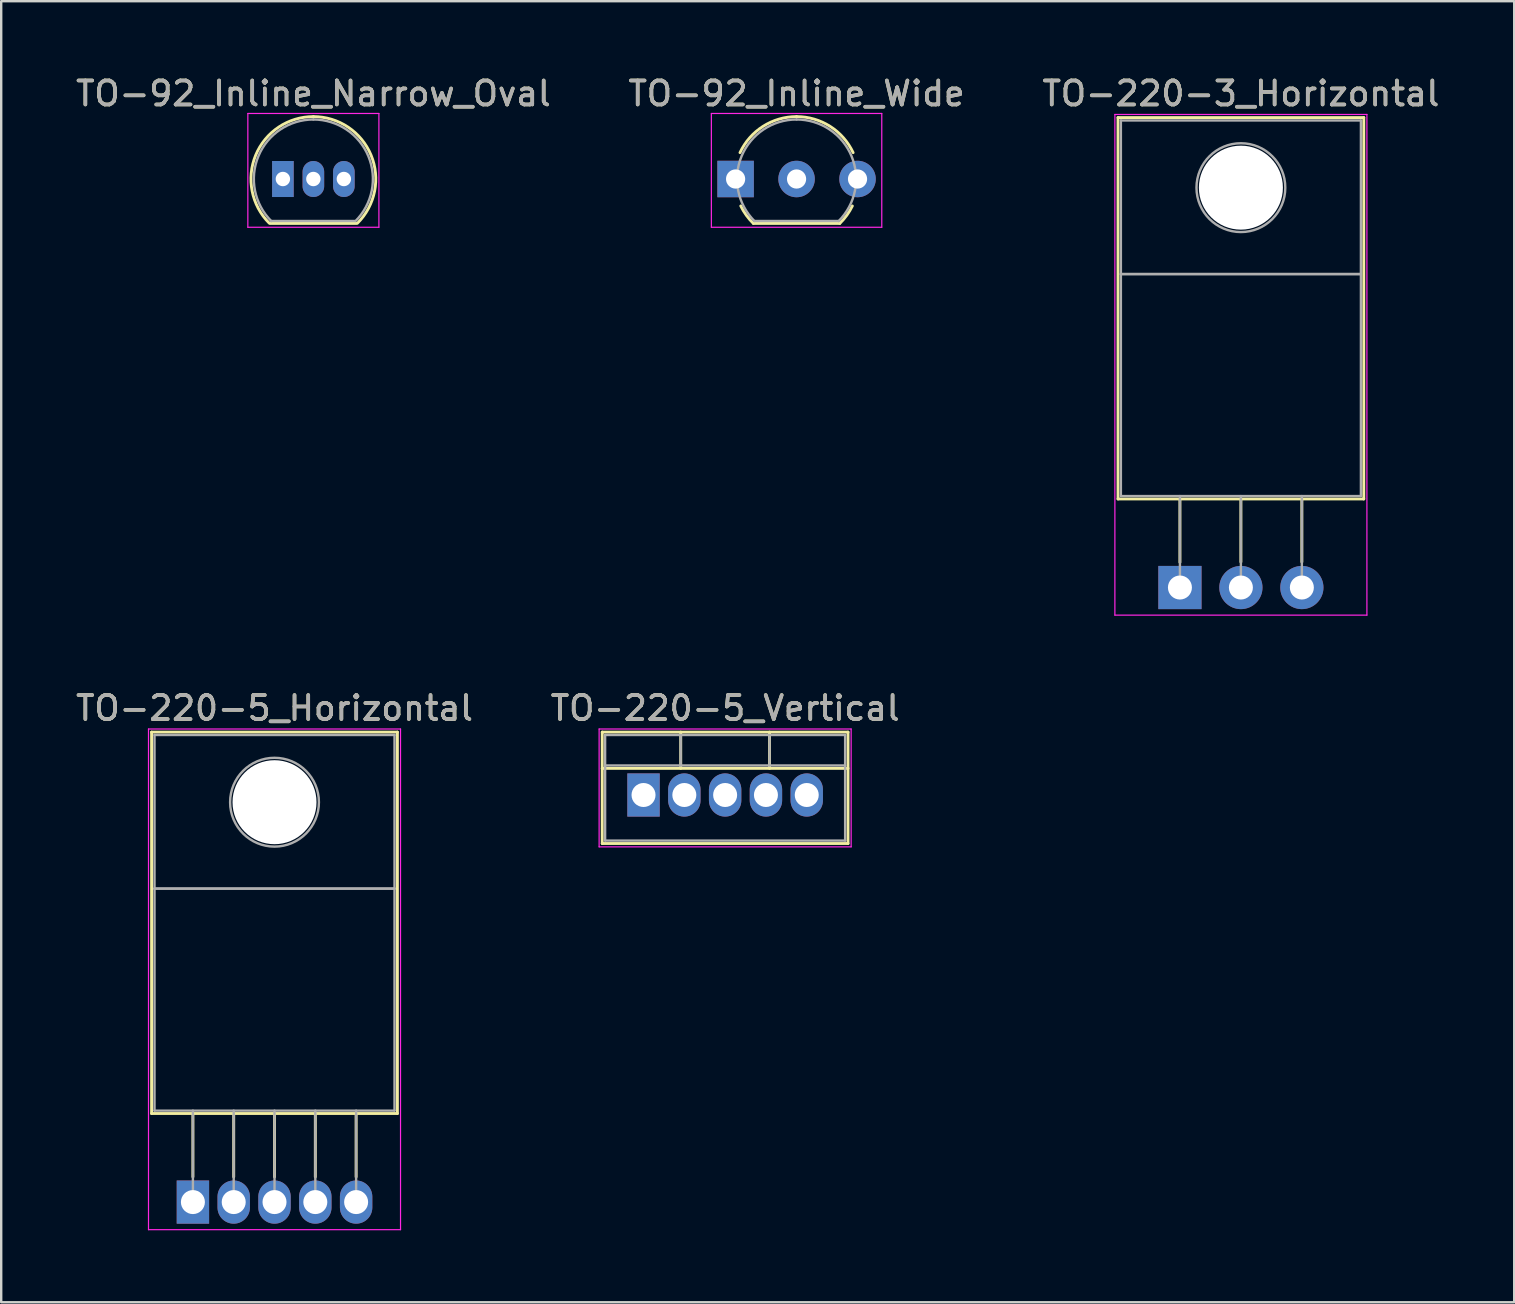
<source format=kicad_pcb>
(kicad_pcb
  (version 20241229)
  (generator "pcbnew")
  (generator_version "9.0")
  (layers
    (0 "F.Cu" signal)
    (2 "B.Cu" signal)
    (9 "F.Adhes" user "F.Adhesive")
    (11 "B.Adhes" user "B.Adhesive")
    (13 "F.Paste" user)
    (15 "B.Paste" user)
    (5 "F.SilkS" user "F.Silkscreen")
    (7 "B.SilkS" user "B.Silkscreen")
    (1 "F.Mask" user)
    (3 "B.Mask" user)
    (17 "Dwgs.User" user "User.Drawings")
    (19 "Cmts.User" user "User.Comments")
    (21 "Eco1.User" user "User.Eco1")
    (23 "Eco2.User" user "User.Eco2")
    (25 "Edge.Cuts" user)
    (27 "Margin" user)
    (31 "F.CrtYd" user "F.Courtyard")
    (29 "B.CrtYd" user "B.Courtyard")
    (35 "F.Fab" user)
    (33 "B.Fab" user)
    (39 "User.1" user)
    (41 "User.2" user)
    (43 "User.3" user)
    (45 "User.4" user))
  (footprint "TO-92_Inline_Wide"
    (layer "F.Cu")
    (at 27.597 4.408)
    (property "Reference" "TO-92_Inline_Wide" (at 2.54 -3.56 180) (layer "F.SilkS") (effects (font (size 1 1) (thickness 0.15))))
    (attr through_hole)
    (fp_line (start 0.74 1.85) (end 4.34 1.85) (stroke (width 0.12) (type solid)) (layer "F.SilkS"))
    (fp_arc (start 0.1836 -1.098807) (mid 1.143021 -2.192817) (end 2.54 -2.6) (stroke (width 0.12) (type solid)) (layer "F.SilkS"))
    (fp_arc (start 0.74 1.85) (mid 0.446097 1.509328) (end 0.215816 1.122795) (stroke (width 0.12) (type solid)) (layer "F.SilkS"))
    (fp_arc (start 2.54 -2.6) (mid 3.936979 -2.192818) (end 4.8964 -1.098807) (stroke (width 0.12) (type solid)) (layer "F.SilkS"))
    (fp_arc (start 4.864184 1.122795) (mid 4.633903 1.509328) (end 4.34 1.85) (stroke (width 0.12) (type solid)) (layer "F.SilkS"))
    (fp_line (start -1.01 -2.73) (end -1.01 2.01) (stroke (width 0.05) (type solid)) (layer "F.CrtYd"))
    (fp_line (start -1.01 -2.73) (end 6.09 -2.73) (stroke (width 0.05) (type solid)) (layer "F.CrtYd"))
    (fp_line (start 6.09 2.01) (end -1.01 2.01) (stroke (width 0.05) (type solid)) (layer "F.CrtYd"))
    (fp_line (start 6.09 2.01) (end 6.09 -2.73) (stroke (width 0.05) (type solid)) (layer "F.CrtYd"))
    (fp_line (start 0.8 1.75) (end 4.3 1.75) (stroke (width 0.1) (type solid)) (layer "F.Fab"))
    (fp_arc (start 0.786375 1.753625) (mid 0.248779 -0.949055) (end 2.54 -2.48) (stroke (width 0.1) (type solid)) (layer "F.Fab"))
    (fp_arc (start 2.54 -2.48) (mid 4.831221 -0.949055) (end 4.293625 1.753625) (stroke (width 0.1) (type solid)) (layer "F.Fab"))
    (fp_text user "${REFERENCE}" (at 2.54 -3.56 180) (layer "F.Fab") (effects (font (size 1 1) (thickness 0.15))))
    (pad "1" thru_hole rect (at 0 0 90) (size 1.52 1.52) (drill 0.8) (layers "*.Cu" "*.Mask"))
    (pad "2" thru_hole circle (at 2.54 0 90) (size 1.52 1.52) (drill 0.8) (layers "*.Cu" "*.Mask"))
    (pad "3" thru_hole circle (at 5.08 0 90) (size 1.52 1.52) (drill 0.8) (layers "*.Cu" "*.Mask")))
  (footprint "TO-220-3_Horizontal"
    (layer "F.Cu")
    (at 46.109 21.428)
    (property "Reference" "TO-220-3_Horizontal" (at 2.54 -20.58 0) (layer "F.SilkS") (effects (font (size 1 1) (thickness 0.15))))
    (attr through_hole)
    (fp_line (start -2.58 -19.58) (end -2.58 -3.69) (stroke (width 0.12) (type solid)) (layer "F.SilkS"))
    (fp_line (start -2.58 -19.58) (end 7.66 -19.58) (stroke (width 0.12) (type solid)) (layer "F.SilkS"))
    (fp_line (start -2.58 -3.69) (end 7.66 -3.69) (stroke (width 0.12) (type solid)) (layer "F.SilkS"))
    (fp_line (start 0 -3.69) (end 0 -1.05) (stroke (width 0.12) (type solid)) (layer "F.SilkS"))
    (fp_line (start 2.54 -3.69) (end 2.54 -1.066) (stroke (width 0.12) (type solid)) (layer "F.SilkS"))
    (fp_line (start 5.08 -3.69) (end 5.08 -1.066) (stroke (width 0.12) (type solid)) (layer "F.SilkS"))
    (fp_line (start 7.66 -19.58) (end 7.66 -3.69) (stroke (width 0.12) (type solid)) (layer "F.SilkS"))
    (fp_line (start -2.71 -19.71) (end -2.71 1.15) (stroke (width 0.05) (type solid)) (layer "F.CrtYd"))
    (fp_line (start -2.71 1.15) (end 7.79 1.15) (stroke (width 0.05) (type solid)) (layer "F.CrtYd"))
    (fp_line (start 7.79 -19.71) (end -2.71 -19.71) (stroke (width 0.05) (type solid)) (layer "F.CrtYd"))
    (fp_line (start 7.79 1.15) (end 7.79 -19.71) (stroke (width 0.05) (type solid)) (layer "F.CrtYd"))
    (fp_line (start -2.46 -19.46) (end 7.54 -19.46) (stroke (width 0.1) (type solid)) (layer "F.Fab"))
    (fp_line (start -2.46 -13.06) (end -2.46 -19.46) (stroke (width 0.1) (type solid)) (layer "F.Fab"))
    (fp_line (start -2.46 -13.06) (end 7.54 -13.06) (stroke (width 0.1) (type solid)) (layer "F.Fab"))
    (fp_line (start -2.46 -3.81) (end -2.46 -13.06) (stroke (width 0.1) (type solid)) (layer "F.Fab"))
    (fp_line (start 0 -3.81) (end 0 0) (stroke (width 0.1) (type solid)) (layer "F.Fab"))
    (fp_line (start 2.54 -3.81) (end 2.54 0) (stroke (width 0.1) (type solid)) (layer "F.Fab"))
    (fp_line (start 5.08 -3.81) (end 5.08 0) (stroke (width 0.1) (type solid)) (layer "F.Fab"))
    (fp_line (start 7.54 -19.46) (end 7.54 -13.06) (stroke (width 0.1) (type solid)) (layer "F.Fab"))
    (fp_line (start 7.54 -13.06) (end -2.46 -13.06) (stroke (width 0.1) (type solid)) (layer "F.Fab"))
    (fp_line (start 7.54 -13.06) (end 7.54 -3.81) (stroke (width 0.1) (type solid)) (layer "F.Fab"))
    (fp_line (start 7.54 -3.81) (end -2.46 -3.81) (stroke (width 0.1) (type solid)) (layer "F.Fab"))
    (fp_circle (center 2.54 -16.66) (end 4.39 -16.66) (stroke (width 0.1) (type solid)) (fill no) (layer "F.Fab"))
    (fp_text user "${REFERENCE}" (at 2.54 -20.58 0) (layer "F.Fab") (effects (font (size 1 1) (thickness 0.15))))
    (pad "" np_thru_hole oval (at 2.54 -16.66) (size 3.5 3.5) (drill 3.5) (layers "*.Cu" "*.Mask"))
    (pad "1" thru_hole rect (at 0 0) (size 1.8 1.8) (drill 1) (layers "*.Cu" "*.Mask"))
    (pad "2" thru_hole oval (at 2.54 0) (size 1.8 1.8) (drill 1) (layers "*.Cu" "*.Mask"))
    (pad "3" thru_hole oval (at 5.08 0) (size 1.8 1.8) (drill 1) (layers "*.Cu" "*.Mask")))
  (footprint "TO-92_Inline_Narrow_Oval"
    (layer "F.Cu")
    (at 8.736 4.408)
    (property "Reference" "TO-92_Inline_Narrow_Oval" (at 1.27 -3.56 0) (layer "F.SilkS") (effects (font (size 1 1) (thickness 0.15))))
    (attr through_hole)
    (fp_line (start -0.53 1.85) (end 3.07 1.85) (stroke (width 0.12) (type solid)) (layer "F.SilkS"))
    (fp_arc (start -0.568478 1.838478) (mid -1.132087 -0.994977) (end 1.27 -2.6) (stroke (width 0.12) (type solid)) (layer "F.SilkS"))
    (fp_arc (start 1.27 -2.6) (mid 3.672087 -0.994977) (end 3.108478 1.838478) (stroke (width 0.12) (type solid)) (layer "F.SilkS"))
    (fp_line (start -1.46 -2.73) (end -1.46 2.01) (stroke (width 0.05) (type solid)) (layer "F.CrtYd"))
    (fp_line (start -1.46 -2.73) (end 4 -2.73) (stroke (width 0.05) (type solid)) (layer "F.CrtYd"))
    (fp_line (start 4 2.01) (end -1.46 2.01) (stroke (width 0.05) (type solid)) (layer "F.CrtYd"))
    (fp_line (start 4 2.01) (end 4 -2.73) (stroke (width 0.05) (type solid)) (layer "F.CrtYd"))
    (fp_line (start -0.5 1.75) (end 3 1.75) (stroke (width 0.1) (type solid)) (layer "F.Fab"))
    (fp_arc (start -0.483625 1.753625) (mid -1.021221 -0.949055) (end 1.27 -2.48) (stroke (width 0.1) (type solid)) (layer "F.Fab"))
    (fp_arc (start 1.27 -2.48) (mid 3.561221 -0.949055) (end 3.023625 1.753625) (stroke (width 0.1) (type solid)) (layer "F.Fab"))
    (fp_text user "${REFERENCE}" (at 1.27 -3.56 0) (layer "F.Fab") (effects (font (size 1 1) (thickness 0.15))))
    (pad "1" thru_hole rect (at 0 0 180) (size 0.9 1.5) (drill 0.6) (layers "*.Cu" "*.Mask"))
    (pad "2" thru_hole oval (at 1.27 0 180) (size 0.9 1.5) (drill 0.6) (layers "*.Cu" "*.Mask"))
    (pad "3" thru_hole oval (at 2.54 0 180) (size 0.9 1.5) (drill 0.6) (layers "*.Cu" "*.Mask")))
  (footprint "TO-220-5_Horizontal"
    (layer "F.Cu")
    (at 4.987 47.032)
    (property "Reference" "TO-220-5_Horizontal" (at 3.4 -20.58 0) (layer "F.SilkS") (effects (font (size 1 1) (thickness 0.15))))
    (attr through_hole)
    (fp_line (start -1.721 -19.58) (end -1.721 -3.69) (stroke (width 0.12) (type solid)) (layer "F.SilkS"))
    (fp_line (start -1.721 -19.58) (end 8.52 -19.58) (stroke (width 0.12) (type solid)) (layer "F.SilkS"))
    (fp_line (start -1.721 -3.69) (end 8.52 -3.69) (stroke (width 0.12) (type solid)) (layer "F.SilkS"))
    (fp_line (start 0 -3.69) (end 0 -1.05) (stroke (width 0.12) (type solid)) (layer "F.SilkS"))
    (fp_line (start 1.7 -3.69) (end 1.7 -1.05) (stroke (width 0.12) (type solid)) (layer "F.SilkS"))
    (fp_line (start 3.4 -3.69) (end 3.4 -1.05) (stroke (width 0.12) (type solid)) (layer "F.SilkS"))
    (fp_line (start 5.1 -3.69) (end 5.1 -1.05) (stroke (width 0.12) (type solid)) (layer "F.SilkS"))
    (fp_line (start 6.8 -3.69) (end 6.8 -1.05) (stroke (width 0.12) (type solid)) (layer "F.SilkS"))
    (fp_line (start 8.52 -19.58) (end 8.52 -3.69) (stroke (width 0.12) (type solid)) (layer "F.SilkS"))
    (fp_line (start -1.85 -19.71) (end -1.85 1.15) (stroke (width 0.05) (type solid)) (layer "F.CrtYd"))
    (fp_line (start -1.85 1.15) (end 8.65 1.15) (stroke (width 0.05) (type solid)) (layer "F.CrtYd"))
    (fp_line (start 8.65 -19.71) (end -1.85 -19.71) (stroke (width 0.05) (type solid)) (layer "F.CrtYd"))
    (fp_line (start 8.65 1.15) (end 8.65 -19.71) (stroke (width 0.05) (type solid)) (layer "F.CrtYd"))
    (fp_line (start -1.6 -19.46) (end 8.4 -19.46) (stroke (width 0.1) (type solid)) (layer "F.Fab"))
    (fp_line (start -1.6 -13.06) (end -1.6 -19.46) (stroke (width 0.1) (type solid)) (layer "F.Fab"))
    (fp_line (start -1.6 -13.06) (end 8.4 -13.06) (stroke (width 0.1) (type solid)) (layer "F.Fab"))
    (fp_line (start -1.6 -3.81) (end -1.6 -13.06) (stroke (width 0.1) (type solid)) (layer "F.Fab"))
    (fp_line (start 0 -3.81) (end 0 0) (stroke (width 0.1) (type solid)) (layer "F.Fab"))
    (fp_line (start 1.7 -3.81) (end 1.7 0) (stroke (width 0.1) (type solid)) (layer "F.Fab"))
    (fp_line (start 3.4 -3.81) (end 3.4 0) (stroke (width 0.1) (type solid)) (layer "F.Fab"))
    (fp_line (start 5.1 -3.81) (end 5.1 0) (stroke (width 0.1) (type solid)) (layer "F.Fab"))
    (fp_line (start 6.8 -3.81) (end 6.8 0) (stroke (width 0.1) (type solid)) (layer "F.Fab"))
    (fp_line (start 8.4 -19.46) (end 8.4 -13.06) (stroke (width 0.1) (type solid)) (layer "F.Fab"))
    (fp_line (start 8.4 -13.06) (end -1.6 -13.06) (stroke (width 0.1) (type solid)) (layer "F.Fab"))
    (fp_line (start 8.4 -13.06) (end 8.4 -3.81) (stroke (width 0.1) (type solid)) (layer "F.Fab"))
    (fp_line (start 8.4 -3.81) (end -1.6 -3.81) (stroke (width 0.1) (type solid)) (layer "F.Fab"))
    (fp_circle (center 3.4 -16.66) (end 5.25 -16.66) (stroke (width 0.1) (type solid)) (fill no) (layer "F.Fab"))
    (fp_text user "${REFERENCE}" (at 3.4 -20.58 0) (layer "F.Fab") (effects (font (size 1 1) (thickness 0.15))))
    (pad "" np_thru_hole oval (at 3.4 -16.66) (size 3.5 3.5) (drill 3.5) (layers "*.Cu" "*.Mask"))
    (pad "1" thru_hole rect (at 0 0) (size 1.35 1.8) (drill 1) (layers "*.Cu" "*.Mask"))
    (pad "2" thru_hole oval (at 1.7 0) (size 1.35 1.8) (drill 1) (layers "*.Cu" "*.Mask"))
    (pad "3" thru_hole oval (at 3.4 0) (size 1.35 1.8) (drill 1) (layers "*.Cu" "*.Mask"))
    (pad "4" thru_hole oval (at 5.1 0) (size 1.35 1.8) (drill 1) (layers "*.Cu" "*.Mask"))
    (pad "5" thru_hole oval (at 6.8 0) (size 1.35 1.8) (drill 1) (layers "*.Cu" "*.Mask")))
  (footprint "TO-220-5_Vertical"
    (layer "F.Cu")
    (at 23.761 30.072)
    (property "Reference" "TO-220-5_Vertical" (at 3.4 -3.62 0) (layer "F.SilkS") (effects (font (size 1 1) (thickness 0.15))))
    (attr through_hole)
    (fp_line (start -1.721 -2.62) (end -1.721 2.021) (stroke (width 0.12) (type solid)) (layer "F.SilkS"))
    (fp_line (start -1.721 -2.62) (end 8.52 -2.62) (stroke (width 0.12) (type solid)) (layer "F.SilkS"))
    (fp_line (start -1.721 -1.11) (end 8.52 -1.11) (stroke (width 0.12) (type solid)) (layer "F.SilkS"))
    (fp_line (start -1.721 2.021) (end 8.52 2.021) (stroke (width 0.12) (type solid)) (layer "F.SilkS"))
    (fp_line (start 1.55 -2.62) (end 1.55 -1.11) (stroke (width 0.12) (type solid)) (layer "F.SilkS"))
    (fp_line (start 5.25 -2.62) (end 5.25 -1.11) (stroke (width 0.12) (type solid)) (layer "F.SilkS"))
    (fp_line (start 8.52 -2.62) (end 8.52 2.021) (stroke (width 0.12) (type solid)) (layer "F.SilkS"))
    (fp_line (start -1.85 -2.75) (end -1.85 2.16) (stroke (width 0.05) (type solid)) (layer "F.CrtYd"))
    (fp_line (start -1.85 2.16) (end 8.65 2.16) (stroke (width 0.05) (type solid)) (layer "F.CrtYd"))
    (fp_line (start 8.65 -2.75) (end -1.85 -2.75) (stroke (width 0.05) (type solid)) (layer "F.CrtYd"))
    (fp_line (start 8.65 2.16) (end 8.65 -2.75) (stroke (width 0.05) (type solid)) (layer "F.CrtYd"))
    (fp_line (start -1.6 -2.5) (end -1.6 1.9) (stroke (width 0.1) (type solid)) (layer "F.Fab"))
    (fp_line (start -1.6 -1.23) (end 8.4 -1.23) (stroke (width 0.1) (type solid)) (layer "F.Fab"))
    (fp_line (start -1.6 1.9) (end 8.4 1.9) (stroke (width 0.1) (type solid)) (layer "F.Fab"))
    (fp_line (start 1.55 -2.5) (end 1.55 -1.23) (stroke (width 0.1) (type solid)) (layer "F.Fab"))
    (fp_line (start 5.25 -2.5) (end 5.25 -1.23) (stroke (width 0.1) (type solid)) (layer "F.Fab"))
    (fp_line (start 8.4 -2.5) (end -1.6 -2.5) (stroke (width 0.1) (type solid)) (layer "F.Fab"))
    (fp_line (start 8.4 1.9) (end 8.4 -2.5) (stroke (width 0.1) (type solid)) (layer "F.Fab"))
    (fp_text user "${REFERENCE}" (at 3.4 -3.62 0) (layer "F.Fab") (effects (font (size 1 1) (thickness 0.15))))
    (pad "1" thru_hole rect (at 0 0) (size 1.35 1.8) (drill 1) (layers "*.Cu" "*.Mask"))
    (pad "2" thru_hole oval (at 1.7 0) (size 1.35 1.8) (drill 1) (layers "*.Cu" "*.Mask"))
    (pad "3" thru_hole oval (at 3.4 0) (size 1.35 1.8) (drill 1) (layers "*.Cu" "*.Mask"))
    (pad "4" thru_hole oval (at 5.1 0) (size 1.35 1.8) (drill 1) (layers "*.Cu" "*.Mask"))
    (pad "5" thru_hole oval (at 6.8 0) (size 1.35 1.8) (drill 1) (layers "*.Cu" "*.Mask")))
  (gr_rect
    (start -3 -3)
    (end 60.036 51.206)
    (stroke (width 0.1) (type default))
    (fill no)
    (layer "Edge.Cuts")))
</source>
